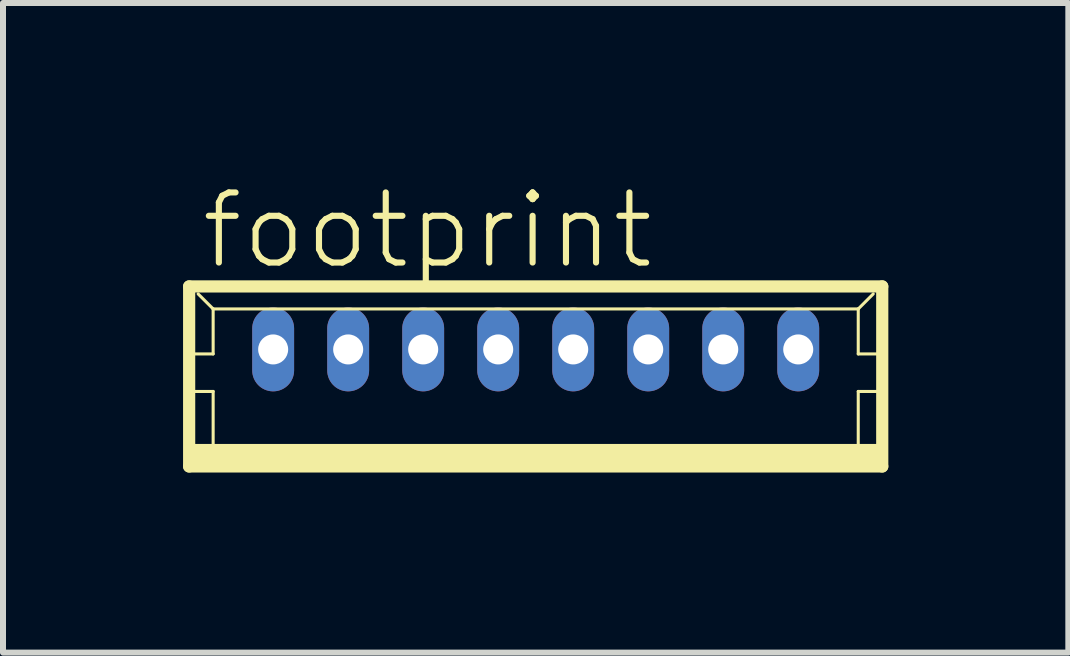
<source format=kicad_pcb>
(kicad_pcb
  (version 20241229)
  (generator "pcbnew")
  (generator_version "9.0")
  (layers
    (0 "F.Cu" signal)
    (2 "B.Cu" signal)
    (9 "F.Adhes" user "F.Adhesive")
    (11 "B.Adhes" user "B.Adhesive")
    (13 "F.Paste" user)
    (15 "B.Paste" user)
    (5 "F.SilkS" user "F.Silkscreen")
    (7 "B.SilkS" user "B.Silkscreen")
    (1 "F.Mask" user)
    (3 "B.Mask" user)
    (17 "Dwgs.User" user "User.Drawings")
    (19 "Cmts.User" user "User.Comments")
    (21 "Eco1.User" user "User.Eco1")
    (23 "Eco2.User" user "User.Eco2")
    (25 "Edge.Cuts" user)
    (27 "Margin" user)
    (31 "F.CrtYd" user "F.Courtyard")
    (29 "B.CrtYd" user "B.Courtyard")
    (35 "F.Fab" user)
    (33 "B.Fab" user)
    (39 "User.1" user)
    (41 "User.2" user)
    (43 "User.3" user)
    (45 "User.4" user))
  (footprint "footprint"
    (layer "F.Cu")
    (at 5.877 3.223)
    (property "Reference" "footprint" (at -5.625 -1.75 0) (layer "F.SilkS") (effects (font (size 1.168 1.168) (thickness 0.102)) (justify left bottom)))
    (fp_line (start -5.775 -1.5) (end -5.775 1.5) (stroke (width 0.203) (type solid)) (layer "F.SilkS"))
    (fp_line (start -5.775 1.5) (end 5.775 1.5) (stroke (width 0.203) (type solid)) (layer "F.SilkS"))
    (fp_line (start -5.75 -0.375) (end -5.375 -0.375) (stroke (width 0.051) (type solid)) (layer "F.SilkS"))
    (fp_line (start -5.75 0.25) (end -5.375 0.25) (stroke (width 0.051) (type solid)) (layer "F.SilkS"))
    (fp_line (start -5.375 -1.125) (end -5.625 -1.375) (stroke (width 0.051) (type solid)) (layer "F.SilkS"))
    (fp_line (start -5.375 -1.125) (end 5.375 -1.125) (stroke (width 0.051) (type solid)) (layer "F.SilkS"))
    (fp_line (start -5.375 -0.375) (end -5.375 -1.125) (stroke (width 0.051) (type solid)) (layer "F.SilkS"))
    (fp_line (start -5.375 0.25) (end -5.375 1.25) (stroke (width 0.051) (type solid)) (layer "F.SilkS"))
    (fp_line (start 5.375 -1.125) (end 5.375 -0.375) (stroke (width 0.051) (type solid)) (layer "F.SilkS"))
    (fp_line (start 5.375 -1.125) (end 5.625 -1.375) (stroke (width 0.051) (type solid)) (layer "F.SilkS"))
    (fp_line (start 5.375 -0.375) (end 5.75 -0.375) (stroke (width 0.051) (type solid)) (layer "F.SilkS"))
    (fp_line (start 5.375 0.25) (end 5.375 1.25) (stroke (width 0.051) (type solid)) (layer "F.SilkS"))
    (fp_line (start 5.375 0.25) (end 5.75 0.25) (stroke (width 0.051) (type solid)) (layer "F.SilkS"))
    (fp_line (start 5.775 -1.5) (end -5.775 -1.5) (stroke (width 0.203) (type solid)) (layer "F.SilkS"))
    (fp_line (start 5.775 1.5) (end 5.775 -1.5) (stroke (width 0.203) (type solid)) (layer "F.SilkS"))
    (fp_poly (pts (xy -5.75 1.5) (xy 5.75 1.5) (xy 5.75 1.125) (xy -5.75 1.125)) (stroke (width 0) (type solid)) (fill yes) (layer "F.SilkS"))
    (pad "1" thru_hole oval (at 4.375 -0.45 90) (size 1.397 0.698) (drill 0.5) (layers "*.Cu" "*.Mask"))
    (pad "2" thru_hole oval (at 3.125 -0.45 90) (size 1.397 0.698) (drill 0.5) (layers "*.Cu" "*.Mask"))
    (pad "3" thru_hole oval (at 1.875 -0.45 90) (size 1.397 0.698) (drill 0.5) (layers "*.Cu" "*.Mask"))
    (pad "4" thru_hole oval (at 0.625 -0.45 90) (size 1.397 0.698) (drill 0.5) (layers "*.Cu" "*.Mask"))
    (pad "5" thru_hole oval (at -0.625 -0.45 90) (size 1.397 0.698) (drill 0.5) (layers "*.Cu" "*.Mask"))
    (pad "6" thru_hole oval (at -1.875 -0.45 90) (size 1.397 0.698) (drill 0.5) (layers "*.Cu" "*.Mask"))
    (pad "7" thru_hole oval (at -3.125 -0.45 90) (size 1.397 0.698) (drill 0.5) (layers "*.Cu" "*.Mask"))
    (pad "8" thru_hole oval (at -4.375 -0.45 90) (size 1.397 0.698) (drill 0.5) (layers "*.Cu" "*.Mask")))
  (gr_rect
    (start -3 -3)
    (end 14.753 7.825)
    (stroke (width 0.1) (type default))
    (fill no)
    (layer "Edge.Cuts")))
</source>
